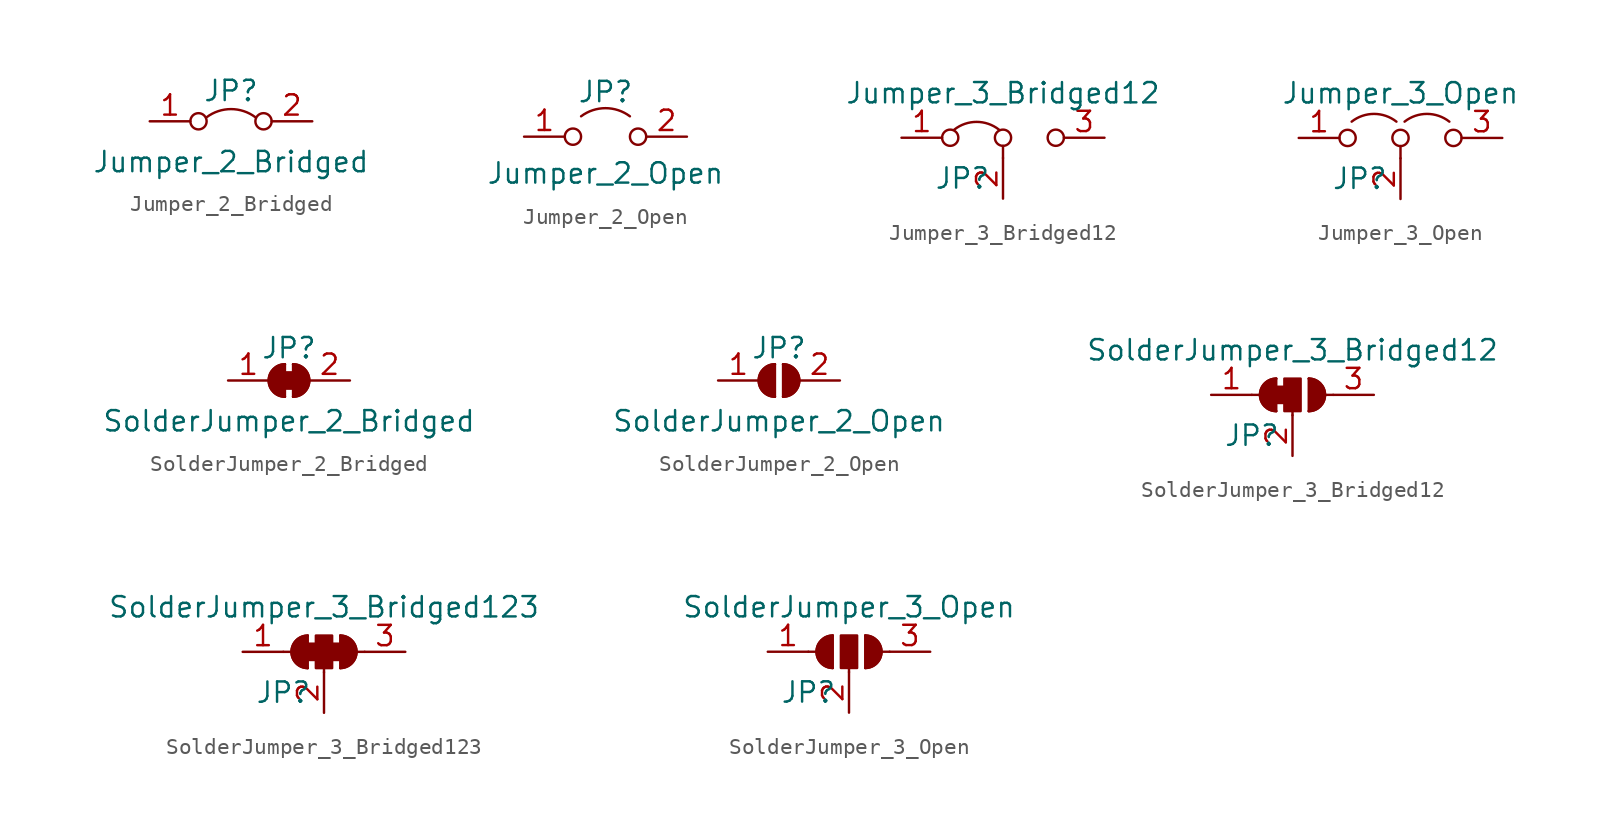
<source format=kicad_sym>
(kicad_symbol_lib
  (version 20201005)
  (generator kicad_symbol_editor)
  (symbol "Jumper:Jumper_2_Bridged"
    (pin_names
      (offset 0) hide)
    (property "Reference" "JP"
      (at 0 1.905 0)
      (effects (font (size 1.27 1.27))))
    (property "Value" "Jumper_2_Bridged"
      (at 0 -2.54 0)
      (effects (font (size 1.27 1.27))))
    (symbol "Jumper_2_Bridged_0_0"
      (circle (center -2.032 0) (radius 0.508) (stroke (width 0)) (fill (type none)))
      (circle (center 2.032 0) (radius 0.508) (stroke (width 0)) (fill (type none))))
    (symbol "Jumper_2_Bridged_0_1"
      (arc (start -1.524 0.254) (end 1.524 0.254) (radius (at 0 -1.778) (length 2.54) (angles 126.9 53.1)) (stroke (width 0)) (fill (type none))))
    (symbol "Jumper_2_Bridged_1_1"
      (pin passive line (at -5.08 0 0) (length 2.54) (name "A" (effects (font (size 1.27 1.27)))) (number "1" (effects (font (size 1.27 1.27)))))
      (pin passive line (at 5.08 0 180) (length 2.54) (name "B" (effects (font (size 1.27 1.27)))) (number "2" (effects (font (size 1.27 1.27)))))))
  (symbol "Jumper:Jumper_2_Open"
    (pin_names
      (offset 0) hide)
    (property "Reference" "JP"
      (at 0 2.794 0)
      (effects (font (size 1.27 1.27))))
    (property "Value" "Jumper_2_Open"
      (at 0 -2.286 0)
      (effects (font (size 1.27 1.27))))
    (symbol "Jumper_2_Open_0_0"
      (circle (center -2.032 0) (radius 0.508) (stroke (width 0)) (fill (type none)))
      (circle (center 2.032 0) (radius 0.508) (stroke (width 0)) (fill (type none))))
    (symbol "Jumper_2_Open_0_1"
      (arc (start -1.524 1.27) (end 1.524 1.27) (radius (at 0 -0.762) (length 2.54) (angles 126.9 53.1)) (stroke (width 0)) (fill (type none))))
    (symbol "Jumper_2_Open_1_1"
      (pin passive line (at -5.08 0 0) (length 2.54) (name "A" (effects (font (size 1.27 1.27)))) (number "1" (effects (font (size 1.27 1.27)))))
      (pin passive line (at 5.08 0 180) (length 2.54) (name "B" (effects (font (size 1.27 1.27)))) (number "2" (effects (font (size 1.27 1.27)))))))
  (symbol "Jumper:Jumper_3_Bridged12"
    (pin_names
      (offset 0) hide)
    (property "Reference" "JP"
      (at -2.54 -2.54 0)
      (effects (font (size 1.27 1.27))))
    (property "Value" "Jumper_3_Bridged12"
      (at 0 2.794 0)
      (effects (font (size 1.27 1.27))))
    (symbol "Jumper_3_Bridged12_0_0"
      (circle (center -3.302 0) (radius 0.508) (stroke (width 0)) (fill (type none)))
      (circle (center 0 0) (radius 0.508) (stroke (width 0)) (fill (type none)))
      (circle (center 3.302 0) (radius 0.508) (stroke (width 0)) (fill (type none))))
    (symbol "Jumper_3_Bridged12_0_1"
      (arc (start -3.048 0.508) (end -0.254 0.508) (radius (at -1.651 -1.27) (length 2.2606) (angles 128.2 51.8)) (stroke (width 0)) (fill (type none)))
      (polyline (pts (xy 0 -1.27) (xy 0 -0.508)) (stroke (width 0)) (fill (type none))))
    (symbol "Jumper_3_Bridged12_1_1"
      (pin passive line (at -6.35 0 0) (length 2.54) (name "A" (effects (font (size 1.27 1.27)))) (number "1" (effects (font (size 1.27 1.27)))))
      (pin input line (at 0 -3.81 90) (length 2.54) (name "C" (effects (font (size 1.27 1.27)))) (number "2" (effects (font (size 1.27 1.27)))))
      (pin passive line (at 6.35 0 180) (length 2.54) (name "B" (effects (font (size 1.27 1.27)))) (number "3" (effects (font (size 1.27 1.27)))))))
  (symbol "Jumper:Jumper_3_Open"
    (pin_names
      (offset 0) hide)
    (property "Reference" "JP"
      (at -2.54 -2.54 0)
      (effects (font (size 1.27 1.27))))
    (property "Value" "Jumper_3_Open"
      (at 0 2.794 0)
      (effects (font (size 1.27 1.27))))
    (symbol "Jumper_3_Open_0_0"
      (circle (center -3.302 0) (radius 0.508) (stroke (width 0)) (fill (type none)))
      (circle (center 0 0) (radius 0.508) (stroke (width 0)) (fill (type none)))
      (circle (center 3.302 0) (radius 0.508) (stroke (width 0)) (fill (type none))))
    (symbol "Jumper_3_Open_0_1"
      (arc (start -3.048 1.016) (end -0.254 1.016) (radius (at -1.651 -0.762) (length 2.2606) (angles 128.2 51.8)) (stroke (width 0)) (fill (type none)))
      (arc (start 0.254 1.016) (end 3.048 1.016) (radius (at 1.651 -0.762) (length 2.2606) (angles 128.2 51.8)) (stroke (width 0)) (fill (type none)))
      (polyline (pts (xy 0 -0.508) (xy 0 -1.27)) (stroke (width 0)) (fill (type none))))
    (symbol "Jumper_3_Open_1_1"
      (pin passive line (at -6.35 0 0) (length 2.54) (name "A" (effects (font (size 1.27 1.27)))) (number "1" (effects (font (size 1.27 1.27)))))
      (pin input line (at 0 -3.81 90) (length 2.54) (name "C" (effects (font (size 1.27 1.27)))) (number "2" (effects (font (size 1.27 1.27)))))
      (pin passive line (at 6.35 0 180) (length 2.54) (name "B" (effects (font (size 1.27 1.27)))) (number "3" (effects (font (size 1.27 1.27)))))))
  (symbol "Jumper:SolderJumper_2_Bridged"
    (pin_names
      (offset 0) hide)
    (property "Reference" "JP"
      (at 0 2.032 0)
      (effects (font (size 1.27 1.27))))
    (property "Value" "SolderJumper_2_Bridged"
      (at 0 -2.54 0)
      (effects (font (size 1.27 1.27))))
    (symbol "SolderJumper_2_Bridged_0_1"
      (arc (start -0.254 1.016) (end -0.254 -1.016) (radius (at -0.254 0) (length 1.016) (angles 90.1 -90.1)) (stroke (width 0)) (fill (type none)))
      (arc (start -0.254 1.016) (end -0.254 -1.016) (radius (at -0.254 0) (length 1.016) (angles 90.1 -90.1)) (stroke (width 0)) (fill (type outline)))
      (arc (start 0.254 -1.016) (end 0.254 1.016) (radius (at 0.254 0) (length 1.016) (angles -89.9 89.9)) (stroke (width 0)) (fill (type none)))
      (arc (start 0.254 -1.016) (end 0.254 1.016) (radius (at 0.254 0) (length 1.016) (angles -89.9 89.9)) (stroke (width 0)) (fill (type outline)))
      (rectangle (start -0.508 0.508) (end 0.508 -0.508) (stroke (width 0)) (fill (type outline)))
      (polyline (pts (xy -0.254 1.016) (xy -0.254 -1.016)) (stroke (width 0)) (fill (type none)))
      (polyline (pts (xy 0.254 1.016) (xy 0.254 -1.016)) (stroke (width 0)) (fill (type none))))
    (symbol "SolderJumper_2_Bridged_1_1"
      (pin passive line (at -3.81 0 0) (length 2.54) (name "A" (effects (font (size 1.27 1.27)))) (number "1" (effects (font (size 1.27 1.27)))))
      (pin passive line (at 3.81 0 180) (length 2.54) (name "B" (effects (font (size 1.27 1.27)))) (number "2" (effects (font (size 1.27 1.27)))))))
  (symbol "Jumper:SolderJumper_2_Open"
    (pin_names
      (offset 0) hide)
    (property "Reference" "JP"
      (at 0 2.032 0)
      (effects (font (size 1.27 1.27))))
    (property "Value" "SolderJumper_2_Open"
      (at 0 -2.54 0)
      (effects (font (size 1.27 1.27))))
    (symbol "SolderJumper_2_Open_0_1"
      (arc (start -0.254 1.016) (end -0.254 -1.016) (radius (at -0.254 0) (length 1.016) (angles 90.1 -90.1)) (stroke (width 0)) (fill (type none)))
      (arc (start -0.254 1.016) (end -0.254 -1.016) (radius (at -0.254 0) (length 1.016) (angles 90.1 -90.1)) (stroke (width 0)) (fill (type outline)))
      (arc (start 0.254 -1.016) (end 0.254 1.016) (radius (at 0.254 0) (length 1.016) (angles -89.9 89.9)) (stroke (width 0)) (fill (type none)))
      (arc (start 0.254 -1.016) (end 0.254 1.016) (radius (at 0.254 0) (length 1.016) (angles -89.9 89.9)) (stroke (width 0)) (fill (type outline)))
      (polyline (pts (xy -0.254 1.016) (xy -0.254 -1.016)) (stroke (width 0)) (fill (type none)))
      (polyline (pts (xy 0.254 1.016) (xy 0.254 -1.016)) (stroke (width 0)) (fill (type none))))
    (symbol "SolderJumper_2_Open_1_1"
      (pin passive line (at -3.81 0 0) (length 2.54) (name "A" (effects (font (size 1.27 1.27)))) (number "1" (effects (font (size 1.27 1.27)))))
      (pin passive line (at 3.81 0 180) (length 2.54) (name "B" (effects (font (size 1.27 1.27)))) (number "2" (effects (font (size 1.27 1.27)))))))
  (symbol "Jumper:SolderJumper_3_Bridged12"
    (pin_names
      (offset 0) hide)
    (property "Reference" "JP"
      (at -2.54 -2.54 0)
      (effects (font (size 1.27 1.27))))
    (property "Value" "SolderJumper_3_Bridged12"
      (at 0 2.794 0)
      (effects (font (size 1.27 1.27))))
    (symbol "SolderJumper_3_Bridged12_0_1"
      (arc (start -1.016 1.016) (end -1.016 -1.016) (radius (at -1.016 0) (length 1.016) (angles 90.1 -90.1)) (stroke (width 0)) (fill (type none)))
      (arc (start -1.016 1.016) (end -1.016 -1.016) (radius (at -1.016 0) (length 1.016) (angles 90.1 -90.1)) (stroke (width 0)) (fill (type outline)))
      (arc (start 1.016 -1.016) (end 1.016 1.016) (radius (at 1.016 0) (length 1.016) (angles -89.9 89.9)) (stroke (width 0)) (fill (type none)))
      (arc (start 1.016 -1.016) (end 1.016 1.016) (radius (at 1.016 0) (length 1.016) (angles -89.9 89.9)) (stroke (width 0)) (fill (type outline)))
      (rectangle (start -1.016 0.508) (end -0.508 -0.508) (stroke (width 0)) (fill (type outline)))
      (rectangle (start -0.508 1.016) (end 0.508 -1.016) (stroke (width 0)) (fill (type outline)))
      (polyline (pts (xy -2.54 0) (xy -2.032 0)) (stroke (width 0)) (fill (type none)))
      (polyline (pts (xy -1.016 1.016) (xy -1.016 -1.016)) (stroke (width 0)) (fill (type none)))
      (polyline (pts (xy 0 -1.27) (xy 0 -1.016)) (stroke (width 0)) (fill (type none)))
      (polyline (pts (xy 1.016 1.016) (xy 1.016 -1.016)) (stroke (width 0)) (fill (type none)))
      (polyline (pts (xy 2.54 0) (xy 2.032 0)) (stroke (width 0)) (fill (type none))))
    (symbol "SolderJumper_3_Bridged12_1_1"
      (pin passive line (at -5.08 0 0) (length 2.54) (name "A" (effects (font (size 1.27 1.27)))) (number "1" (effects (font (size 1.27 1.27)))))
      (pin input line (at 0 -3.81 90) (length 2.54) (name "C" (effects (font (size 1.27 1.27)))) (number "2" (effects (font (size 1.27 1.27)))))
      (pin passive line (at 5.08 0 180) (length 2.54) (name "B" (effects (font (size 1.27 1.27)))) (number "3" (effects (font (size 1.27 1.27)))))))
  (symbol "Jumper:SolderJumper_3_Bridged123"
    (pin_names
      (offset 0) hide)
    (property "Reference" "JP"
      (at -2.54 -2.54 0)
      (effects (font (size 1.27 1.27))))
    (property "Value" "SolderJumper_3_Bridged123"
      (at 0 2.794 0)
      (effects (font (size 1.27 1.27))))
    (symbol "SolderJumper_3_Bridged123_0_1"
      (arc (start -1.016 1.016) (end -1.016 -1.016) (radius (at -1.016 0) (length 1.016) (angles 90.1 -90.1)) (stroke (width 0)) (fill (type none)))
      (arc (start -1.016 1.016) (end -1.016 -1.016) (radius (at -1.016 0) (length 1.016) (angles 90.1 -90.1)) (stroke (width 0)) (fill (type outline)))
      (arc (start 1.016 -1.016) (end 1.016 1.016) (radius (at 1.016 0) (length 1.016) (angles -89.9 89.9)) (stroke (width 0)) (fill (type none)))
      (arc (start 1.016 -1.016) (end 1.016 1.016) (radius (at 1.016 0) (length 1.016) (angles -89.9 89.9)) (stroke (width 0)) (fill (type outline)))
      (rectangle (start -1.016 0.508) (end -0.508 -0.508) (stroke (width 0)) (fill (type outline)))
      (rectangle (start -0.508 1.016) (end 0.508 -1.016) (stroke (width 0)) (fill (type outline)))
      (rectangle (start 0.508 0.508) (end 1.016 -0.508) (stroke (width 0)) (fill (type outline)))
      (polyline (pts (xy -2.54 0) (xy -2.032 0)) (stroke (width 0)) (fill (type none)))
      (polyline (pts (xy -1.016 1.016) (xy -1.016 -1.016)) (stroke (width 0)) (fill (type none)))
      (polyline (pts (xy 0 -1.27) (xy 0 -1.016)) (stroke (width 0)) (fill (type none)))
      (polyline (pts (xy 1.016 1.016) (xy 1.016 -1.016)) (stroke (width 0)) (fill (type none)))
      (polyline (pts (xy 2.54 0) (xy 2.032 0)) (stroke (width 0)) (fill (type none))))
    (symbol "SolderJumper_3_Bridged123_1_1"
      (pin passive line (at -5.08 0 0) (length 2.54) (name "A" (effects (font (size 1.27 1.27)))) (number "1" (effects (font (size 1.27 1.27)))))
      (pin input line (at 0 -3.81 90) (length 2.54) (name "C" (effects (font (size 1.27 1.27)))) (number "2" (effects (font (size 1.27 1.27)))))
      (pin passive line (at 5.08 0 180) (length 2.54) (name "B" (effects (font (size 1.27 1.27)))) (number "3" (effects (font (size 1.27 1.27)))))))
  (symbol "Jumper:SolderJumper_3_Open"
    (pin_names
      (offset 0) hide)
    (property "Reference" "JP"
      (at -2.54 -2.54 0)
      (effects (font (size 1.27 1.27))))
    (property "Value" "SolderJumper_3_Open"
      (at 0 2.794 0)
      (effects (font (size 1.27 1.27))))
    (symbol "SolderJumper_3_Open_0_1"
      (arc (start -1.016 1.016) (end -1.016 -1.016) (radius (at -1.016 0) (length 1.016) (angles 90.1 -90.1)) (stroke (width 0)) (fill (type none)))
      (arc (start -1.016 1.016) (end -1.016 -1.016) (radius (at -1.016 0) (length 1.016) (angles 90.1 -90.1)) (stroke (width 0)) (fill (type outline)))
      (arc (start 1.016 -1.016) (end 1.016 1.016) (radius (at 1.016 0) (length 1.016) (angles -89.9 89.9)) (stroke (width 0)) (fill (type none)))
      (arc (start 1.016 -1.016) (end 1.016 1.016) (radius (at 1.016 0) (length 1.016) (angles -89.9 89.9)) (stroke (width 0)) (fill (type outline)))
      (rectangle (start -0.508 1.016) (end 0.508 -1.016) (stroke (width 0)) (fill (type outline)))
      (polyline (pts (xy -2.54 0) (xy -2.032 0)) (stroke (width 0)) (fill (type none)))
      (polyline (pts (xy -1.016 1.016) (xy -1.016 -1.016)) (stroke (width 0)) (fill (type none)))
      (polyline (pts (xy 0 -1.27) (xy 0 -1.016)) (stroke (width 0)) (fill (type none)))
      (polyline (pts (xy 1.016 1.016) (xy 1.016 -1.016)) (stroke (width 0)) (fill (type none)))
      (polyline (pts (xy 2.54 0) (xy 2.032 0)) (stroke (width 0)) (fill (type none))))
    (symbol "SolderJumper_3_Open_1_1"
      (pin passive line (at -5.08 0 0) (length 2.54) (name "A" (effects (font (size 1.27 1.27)))) (number "1" (effects (font (size 1.27 1.27)))))
      (pin input line (at 0 -3.81 90) (length 2.54) (name "C" (effects (font (size 1.27 1.27)))) (number "2" (effects (font (size 1.27 1.27)))))
      (pin passive line (at 5.08 0 180) (length 2.54) (name "B" (effects (font (size 1.27 1.27)))) (number "3" (effects (font (size 1.27 1.27))))))))
</source>
